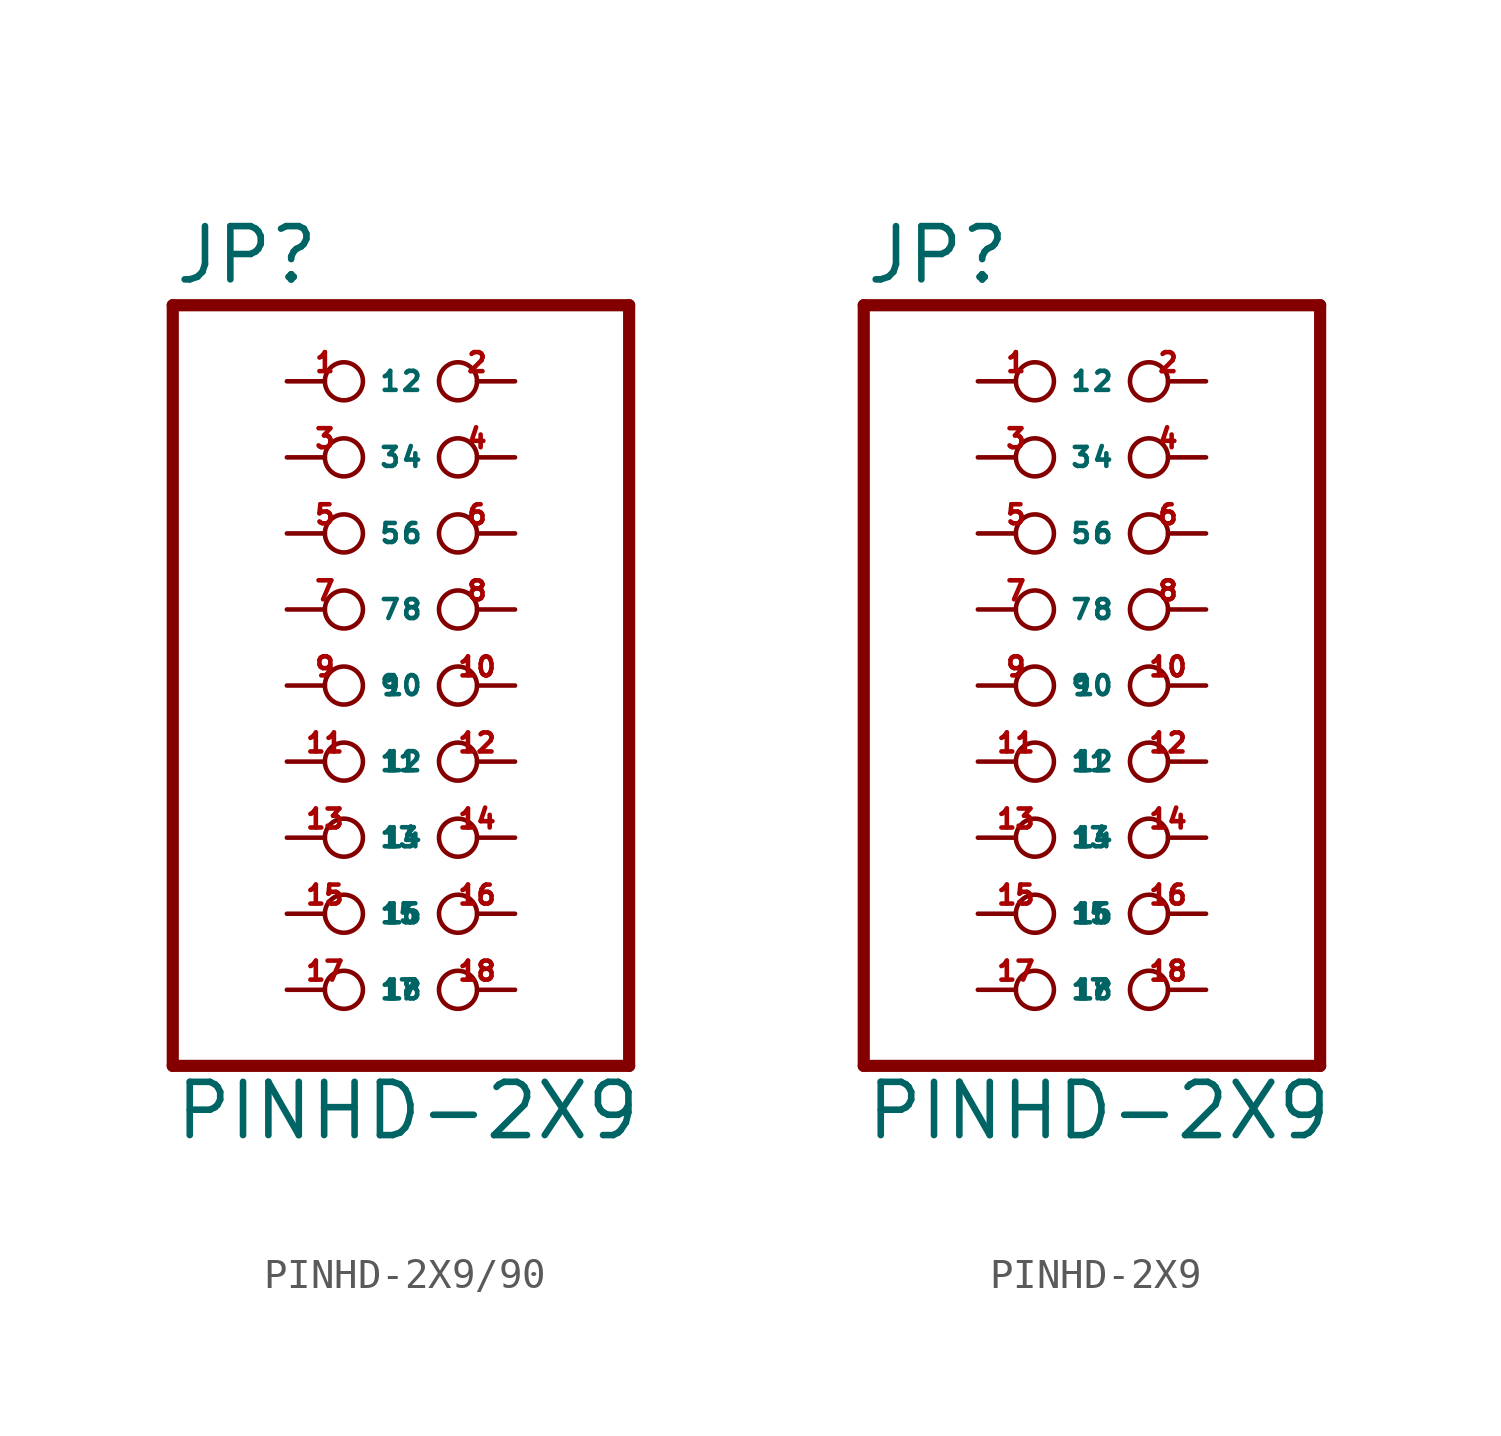
<source format=kicad_sym>
(kicad_symbol_lib
  (version 20220914)
  (generator Eagle2Kicad)
  (symbol "PINHD-2X9/90"
    (property "Reference" "JP"
      (at -6.35 13.335 0)
      (effects (font (size 1.778 1.778) (thickness 0.22)) (justify left bottom)))
    (property "Value" "PINHD-2X9"
      (at -6.35 -15.24 0)
      (effects (font (size 1.778 1.778) (thickness 0.22)) (justify left bottom)))
    (polyline
      (pts (xy -6.35 -12.7) (xy 8.89 -12.7))
      (stroke (width 0.406) (type default))
      (fill (type none)))
    (polyline
      (pts (xy 8.89 -12.7) (xy 8.89 12.7))
      (stroke (width 0.406) (type default))
      (fill (type none)))
    (polyline
      (pts (xy 8.89 12.7) (xy -6.35 12.7))
      (stroke (width 0.406) (type default))
      (fill (type none)))
    (polyline
      (pts (xy -6.35 12.7) (xy -6.35 -12.7))
      (stroke (width 0.406) (type default))
      (fill (type none)))
    (pin passive inverted
      (at -2.54 10.16 0)
      (length 2.54)
      (name "1" (effects (font (size 0.635 0.635) (thickness 0.08)) (justify left bottom)))
      (number "1" (effects (font (size 0.635 0.635) (thickness 0.08)) (justify left bottom))))
    (pin passive inverted
      (at 5.08 10.16 180)
      (length 2.54)
      (name "2" (effects (font (size 0.635 0.635) (thickness 0.08)) (justify left bottom)))
      (number "2" (effects (font (size 0.635 0.635) (thickness 0.08)) (justify left bottom))))
    (pin passive inverted
      (at -2.54 7.62 0)
      (length 2.54)
      (name "3" (effects (font (size 0.635 0.635) (thickness 0.08)) (justify left bottom)))
      (number "3" (effects (font (size 0.635 0.635) (thickness 0.08)) (justify left bottom))))
    (pin passive inverted
      (at 5.08 7.62 180)
      (length 2.54)
      (name "4" (effects (font (size 0.635 0.635) (thickness 0.08)) (justify left bottom)))
      (number "4" (effects (font (size 0.635 0.635) (thickness 0.08)) (justify left bottom))))
    (pin passive inverted
      (at -2.54 5.08 0)
      (length 2.54)
      (name "5" (effects (font (size 0.635 0.635) (thickness 0.08)) (justify left bottom)))
      (number "5" (effects (font (size 0.635 0.635) (thickness 0.08)) (justify left bottom))))
    (pin passive inverted
      (at 5.08 5.08 180)
      (length 2.54)
      (name "6" (effects (font (size 0.635 0.635) (thickness 0.08)) (justify left bottom)))
      (number "6" (effects (font (size 0.635 0.635) (thickness 0.08)) (justify left bottom))))
    (pin passive inverted
      (at -2.54 2.54 0)
      (length 2.54)
      (name "7" (effects (font (size 0.635 0.635) (thickness 0.08)) (justify left bottom)))
      (number "7" (effects (font (size 0.635 0.635) (thickness 0.08)) (justify left bottom))))
    (pin passive inverted
      (at 5.08 2.54 180)
      (length 2.54)
      (name "8" (effects (font (size 0.635 0.635) (thickness 0.08)) (justify left bottom)))
      (number "8" (effects (font (size 0.635 0.635) (thickness 0.08)) (justify left bottom))))
    (pin passive inverted
      (at -2.54 0 0)
      (length 2.54)
      (name "9" (effects (font (size 0.635 0.635) (thickness 0.08)) (justify left bottom)))
      (number "9" (effects (font (size 0.635 0.635) (thickness 0.08)) (justify left bottom))))
    (pin passive inverted
      (at 5.08 0 180)
      (length 2.54)
      (name "10" (effects (font (size 0.635 0.635) (thickness 0.08)) (justify left bottom)))
      (number "10" (effects (font (size 0.635 0.635) (thickness 0.08)) (justify left bottom))))
    (pin passive inverted
      (at -2.54 -2.54 0)
      (length 2.54)
      (name "11" (effects (font (size 0.635 0.635) (thickness 0.08)) (justify left bottom)))
      (number "11" (effects (font (size 0.635 0.635) (thickness 0.08)) (justify left bottom))))
    (pin passive inverted
      (at 5.08 -2.54 180)
      (length 2.54)
      (name "12" (effects (font (size 0.635 0.635) (thickness 0.08)) (justify left bottom)))
      (number "12" (effects (font (size 0.635 0.635) (thickness 0.08)) (justify left bottom))))
    (pin passive inverted
      (at -2.54 -5.08 0)
      (length 2.54)
      (name "13" (effects (font (size 0.635 0.635) (thickness 0.08)) (justify left bottom)))
      (number "13" (effects (font (size 0.635 0.635) (thickness 0.08)) (justify left bottom))))
    (pin passive inverted
      (at 5.08 -5.08 180)
      (length 2.54)
      (name "14" (effects (font (size 0.635 0.635) (thickness 0.08)) (justify left bottom)))
      (number "14" (effects (font (size 0.635 0.635) (thickness 0.08)) (justify left bottom))))
    (pin passive inverted
      (at -2.54 -7.62 0)
      (length 2.54)
      (name "15" (effects (font (size 0.635 0.635) (thickness 0.08)) (justify left bottom)))
      (number "15" (effects (font (size 0.635 0.635) (thickness 0.08)) (justify left bottom))))
    (pin passive inverted
      (at 5.08 -7.62 180)
      (length 2.54)
      (name "16" (effects (font (size 0.635 0.635) (thickness 0.08)) (justify left bottom)))
      (number "16" (effects (font (size 0.635 0.635) (thickness 0.08)) (justify left bottom))))
    (pin passive inverted
      (at -2.54 -10.16 0)
      (length 2.54)
      (name "17" (effects (font (size 0.635 0.635) (thickness 0.08)) (justify left bottom)))
      (number "17" (effects (font (size 0.635 0.635) (thickness 0.08)) (justify left bottom))))
    (pin passive inverted
      (at 5.08 -10.16 180)
      (length 2.54)
      (name "18" (effects (font (size 0.635 0.635) (thickness 0.08)) (justify left bottom)))
      (number "18" (effects (font (size 0.635 0.635) (thickness 0.08)) (justify left bottom)))))
  (symbol "PINHD-2X9"
    (property "Reference" "JP"
      (at -6.35 13.335 0)
      (effects (font (size 1.778 1.778) (thickness 0.22)) (justify left bottom)))
    (property "Value" "PINHD-2X9"
      (at -6.35 -15.24 0)
      (effects (font (size 1.778 1.778) (thickness 0.22)) (justify left bottom)))
    (polyline
      (pts (xy -6.35 -12.7) (xy 8.89 -12.7))
      (stroke (width 0.406) (type default))
      (fill (type none)))
    (polyline
      (pts (xy 8.89 -12.7) (xy 8.89 12.7))
      (stroke (width 0.406) (type default))
      (fill (type none)))
    (polyline
      (pts (xy 8.89 12.7) (xy -6.35 12.7))
      (stroke (width 0.406) (type default))
      (fill (type none)))
    (polyline
      (pts (xy -6.35 12.7) (xy -6.35 -12.7))
      (stroke (width 0.406) (type default))
      (fill (type none)))
    (pin passive inverted
      (at -2.54 10.16 0)
      (length 2.54)
      (name "1" (effects (font (size 0.635 0.635) (thickness 0.08)) (justify left bottom)))
      (number "1" (effects (font (size 0.635 0.635) (thickness 0.08)) (justify left bottom))))
    (pin passive inverted
      (at 5.08 10.16 180)
      (length 2.54)
      (name "2" (effects (font (size 0.635 0.635) (thickness 0.08)) (justify left bottom)))
      (number "2" (effects (font (size 0.635 0.635) (thickness 0.08)) (justify left bottom))))
    (pin passive inverted
      (at -2.54 7.62 0)
      (length 2.54)
      (name "3" (effects (font (size 0.635 0.635) (thickness 0.08)) (justify left bottom)))
      (number "3" (effects (font (size 0.635 0.635) (thickness 0.08)) (justify left bottom))))
    (pin passive inverted
      (at 5.08 7.62 180)
      (length 2.54)
      (name "4" (effects (font (size 0.635 0.635) (thickness 0.08)) (justify left bottom)))
      (number "4" (effects (font (size 0.635 0.635) (thickness 0.08)) (justify left bottom))))
    (pin passive inverted
      (at -2.54 5.08 0)
      (length 2.54)
      (name "5" (effects (font (size 0.635 0.635) (thickness 0.08)) (justify left bottom)))
      (number "5" (effects (font (size 0.635 0.635) (thickness 0.08)) (justify left bottom))))
    (pin passive inverted
      (at 5.08 5.08 180)
      (length 2.54)
      (name "6" (effects (font (size 0.635 0.635) (thickness 0.08)) (justify left bottom)))
      (number "6" (effects (font (size 0.635 0.635) (thickness 0.08)) (justify left bottom))))
    (pin passive inverted
      (at -2.54 2.54 0)
      (length 2.54)
      (name "7" (effects (font (size 0.635 0.635) (thickness 0.08)) (justify left bottom)))
      (number "7" (effects (font (size 0.635 0.635) (thickness 0.08)) (justify left bottom))))
    (pin passive inverted
      (at 5.08 2.54 180)
      (length 2.54)
      (name "8" (effects (font (size 0.635 0.635) (thickness 0.08)) (justify left bottom)))
      (number "8" (effects (font (size 0.635 0.635) (thickness 0.08)) (justify left bottom))))
    (pin passive inverted
      (at -2.54 0 0)
      (length 2.54)
      (name "9" (effects (font (size 0.635 0.635) (thickness 0.08)) (justify left bottom)))
      (number "9" (effects (font (size 0.635 0.635) (thickness 0.08)) (justify left bottom))))
    (pin passive inverted
      (at 5.08 0 180)
      (length 2.54)
      (name "10" (effects (font (size 0.635 0.635) (thickness 0.08)) (justify left bottom)))
      (number "10" (effects (font (size 0.635 0.635) (thickness 0.08)) (justify left bottom))))
    (pin passive inverted
      (at -2.54 -2.54 0)
      (length 2.54)
      (name "11" (effects (font (size 0.635 0.635) (thickness 0.08)) (justify left bottom)))
      (number "11" (effects (font (size 0.635 0.635) (thickness 0.08)) (justify left bottom))))
    (pin passive inverted
      (at 5.08 -2.54 180)
      (length 2.54)
      (name "12" (effects (font (size 0.635 0.635) (thickness 0.08)) (justify left bottom)))
      (number "12" (effects (font (size 0.635 0.635) (thickness 0.08)) (justify left bottom))))
    (pin passive inverted
      (at -2.54 -5.08 0)
      (length 2.54)
      (name "13" (effects (font (size 0.635 0.635) (thickness 0.08)) (justify left bottom)))
      (number "13" (effects (font (size 0.635 0.635) (thickness 0.08)) (justify left bottom))))
    (pin passive inverted
      (at 5.08 -5.08 180)
      (length 2.54)
      (name "14" (effects (font (size 0.635 0.635) (thickness 0.08)) (justify left bottom)))
      (number "14" (effects (font (size 0.635 0.635) (thickness 0.08)) (justify left bottom))))
    (pin passive inverted
      (at -2.54 -7.62 0)
      (length 2.54)
      (name "15" (effects (font (size 0.635 0.635) (thickness 0.08)) (justify left bottom)))
      (number "15" (effects (font (size 0.635 0.635) (thickness 0.08)) (justify left bottom))))
    (pin passive inverted
      (at 5.08 -7.62 180)
      (length 2.54)
      (name "16" (effects (font (size 0.635 0.635) (thickness 0.08)) (justify left bottom)))
      (number "16" (effects (font (size 0.635 0.635) (thickness 0.08)) (justify left bottom))))
    (pin passive inverted
      (at -2.54 -10.16 0)
      (length 2.54)
      (name "17" (effects (font (size 0.635 0.635) (thickness 0.08)) (justify left bottom)))
      (number "17" (effects (font (size 0.635 0.635) (thickness 0.08)) (justify left bottom))))
    (pin passive inverted
      (at 5.08 -10.16 180)
      (length 2.54)
      (name "18" (effects (font (size 0.635 0.635) (thickness 0.08)) (justify left bottom)))
      (number "18" (effects (font (size 0.635 0.635) (thickness 0.08)) (justify left bottom))))))
</source>
